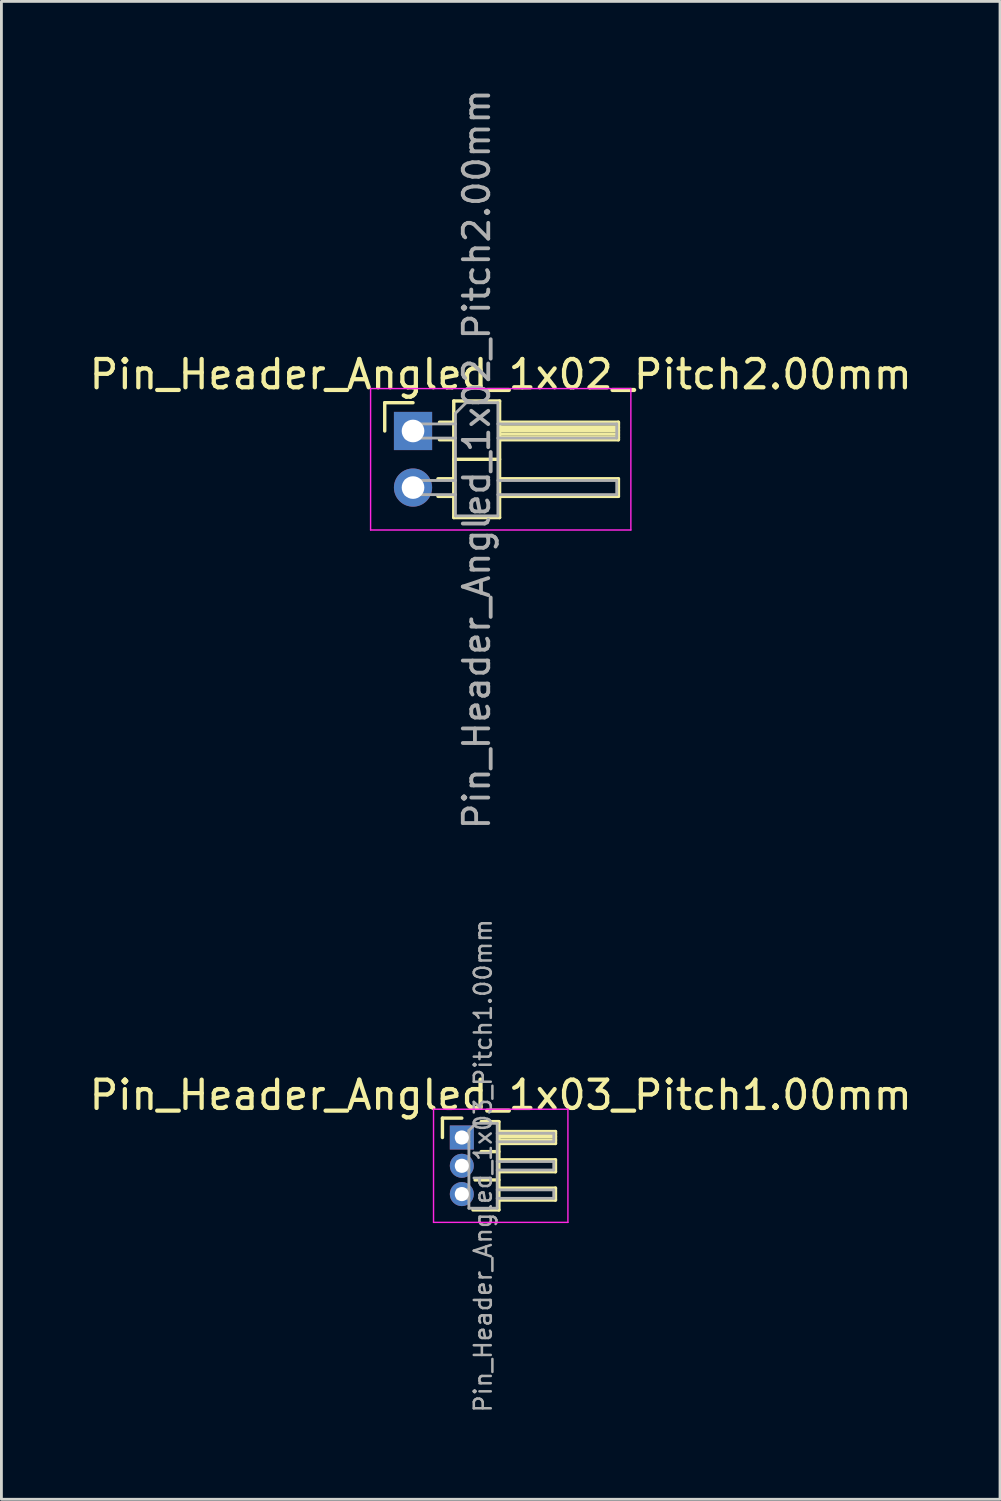
<source format=kicad_pcb>
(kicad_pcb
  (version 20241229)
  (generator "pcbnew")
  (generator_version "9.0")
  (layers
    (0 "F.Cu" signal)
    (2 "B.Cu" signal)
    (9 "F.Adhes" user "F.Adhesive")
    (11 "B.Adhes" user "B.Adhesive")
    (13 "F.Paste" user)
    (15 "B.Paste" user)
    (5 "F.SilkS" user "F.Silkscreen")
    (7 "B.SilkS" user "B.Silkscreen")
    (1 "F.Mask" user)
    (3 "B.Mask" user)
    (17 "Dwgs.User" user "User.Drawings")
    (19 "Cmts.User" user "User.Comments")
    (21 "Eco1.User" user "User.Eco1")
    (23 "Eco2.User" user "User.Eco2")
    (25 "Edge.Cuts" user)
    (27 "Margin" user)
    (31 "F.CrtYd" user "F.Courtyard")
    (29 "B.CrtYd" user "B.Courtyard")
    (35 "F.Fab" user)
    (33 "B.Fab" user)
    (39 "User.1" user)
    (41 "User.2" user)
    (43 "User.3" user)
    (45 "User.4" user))
  (footprint "Pin_Header_Angled_1x02_Pitch2.00mm"
    (layer "F.Cu")
    (at 11.549 12.184)
    (property "Reference" "Pin_Header_Angled_1x02_Pitch2.00mm" (at 3.1 -2 0) (layer "F.SilkS") (effects (font (size 1 1) (thickness 0.15))))
    (attr through_hole)
    (fp_line (start -1 -1) (end 0 -1) (stroke (width 0.12) (type solid)) (layer "F.SilkS"))
    (fp_line (start -1 0) (end -1 -1) (stroke (width 0.12) (type solid)) (layer "F.SilkS"))
    (fp_line (start 0.882 1.69) (end 1.44 1.69) (stroke (width 0.12) (type solid)) (layer "F.SilkS"))
    (fp_line (start 0.882 2.31) (end 1.44 2.31) (stroke (width 0.12) (type solid)) (layer "F.SilkS"))
    (fp_line (start 0.935 -0.31) (end 1.44 -0.31) (stroke (width 0.12) (type solid)) (layer "F.SilkS"))
    (fp_line (start 0.935 0.31) (end 1.44 0.31) (stroke (width 0.12) (type solid)) (layer "F.SilkS"))
    (fp_line (start 1.44 -1.06) (end 1.44 3.06) (stroke (width 0.12) (type solid)) (layer "F.SilkS"))
    (fp_line (start 1.44 1) (end 3.06 1) (stroke (width 0.12) (type solid)) (layer "F.SilkS"))
    (fp_line (start 1.44 3.06) (end 3.06 3.06) (stroke (width 0.12) (type solid)) (layer "F.SilkS"))
    (fp_line (start 3.06 -1.06) (end 1.44 -1.06) (stroke (width 0.12) (type solid)) (layer "F.SilkS"))
    (fp_line (start 3.06 -0.31) (end 7.26 -0.31) (stroke (width 0.12) (type solid)) (layer "F.SilkS"))
    (fp_line (start 3.06 -0.25) (end 7.26 -0.25) (stroke (width 0.12) (type solid)) (layer "F.SilkS"))
    (fp_line (start 3.06 -0.13) (end 7.26 -0.13) (stroke (width 0.12) (type solid)) (layer "F.SilkS"))
    (fp_line (start 3.06 -0.01) (end 7.26 -0.01) (stroke (width 0.12) (type solid)) (layer "F.SilkS"))
    (fp_line (start 3.06 0.11) (end 7.26 0.11) (stroke (width 0.12) (type solid)) (layer "F.SilkS"))
    (fp_line (start 3.06 0.23) (end 7.26 0.23) (stroke (width 0.12) (type solid)) (layer "F.SilkS"))
    (fp_line (start 3.06 1.69) (end 7.26 1.69) (stroke (width 0.12) (type solid)) (layer "F.SilkS"))
    (fp_line (start 3.06 3.06) (end 3.06 -1.06) (stroke (width 0.12) (type solid)) (layer "F.SilkS"))
    (fp_line (start 7.26 -0.31) (end 7.26 0.31) (stroke (width 0.12) (type solid)) (layer "F.SilkS"))
    (fp_line (start 7.26 0.31) (end 3.06 0.31) (stroke (width 0.12) (type solid)) (layer "F.SilkS"))
    (fp_line (start 7.26 1.69) (end 7.26 2.31) (stroke (width 0.12) (type solid)) (layer "F.SilkS"))
    (fp_line (start 7.26 2.31) (end 3.06 2.31) (stroke (width 0.12) (type solid)) (layer "F.SilkS"))
    (fp_line (start -1.5 -1.5) (end -1.5 3.5) (stroke (width 0.05) (type solid)) (layer "F.CrtYd"))
    (fp_line (start -1.5 3.5) (end 7.7 3.5) (stroke (width 0.05) (type solid)) (layer "F.CrtYd"))
    (fp_line (start 7.7 -1.5) (end -1.5 -1.5) (stroke (width 0.05) (type solid)) (layer "F.CrtYd"))
    (fp_line (start 7.7 3.5) (end 7.7 -1.5) (stroke (width 0.05) (type solid)) (layer "F.CrtYd"))
    (fp_line (start -0.25 -0.25) (end -0.25 0.25) (stroke (width 0.1) (type solid)) (layer "F.Fab"))
    (fp_line (start -0.25 -0.25) (end 1.5 -0.25) (stroke (width 0.1) (type solid)) (layer "F.Fab"))
    (fp_line (start -0.25 0.25) (end 1.5 0.25) (stroke (width 0.1) (type solid)) (layer "F.Fab"))
    (fp_line (start -0.25 1.75) (end -0.25 2.25) (stroke (width 0.1) (type solid)) (layer "F.Fab"))
    (fp_line (start -0.25 1.75) (end 1.5 1.75) (stroke (width 0.1) (type solid)) (layer "F.Fab"))
    (fp_line (start -0.25 2.25) (end 1.5 2.25) (stroke (width 0.1) (type solid)) (layer "F.Fab"))
    (fp_line (start 1.5 -0.625) (end 1.875 -1) (stroke (width 0.1) (type solid)) (layer "F.Fab"))
    (fp_line (start 1.5 3) (end 1.5 -0.625) (stroke (width 0.1) (type solid)) (layer "F.Fab"))
    (fp_line (start 1.875 -1) (end 3 -1) (stroke (width 0.1) (type solid)) (layer "F.Fab"))
    (fp_line (start 3 -1) (end 3 3) (stroke (width 0.1) (type solid)) (layer "F.Fab"))
    (fp_line (start 3 -0.25) (end 7.2 -0.25) (stroke (width 0.1) (type solid)) (layer "F.Fab"))
    (fp_line (start 3 0.25) (end 7.2 0.25) (stroke (width 0.1) (type solid)) (layer "F.Fab"))
    (fp_line (start 3 1.75) (end 7.2 1.75) (stroke (width 0.1) (type solid)) (layer "F.Fab"))
    (fp_line (start 3 2.25) (end 7.2 2.25) (stroke (width 0.1) (type solid)) (layer "F.Fab"))
    (fp_line (start 3 3) (end 1.5 3) (stroke (width 0.1) (type solid)) (layer "F.Fab"))
    (fp_line (start 7.2 -0.25) (end 7.2 0.25) (stroke (width 0.1) (type solid)) (layer "F.Fab"))
    (fp_line (start 7.2 1.75) (end 7.2 2.25) (stroke (width 0.1) (type solid)) (layer "F.Fab"))
    (fp_text user "${REFERENCE}" (at 2.25 1 90) (layer "F.Fab") (effects (font (size 0.9 0.9) (thickness 0.135))))
    (pad "1" thru_hole rect (at 0 0) (size 1.35 1.35) (drill 0.8) (layers "*.Cu" "*.Mask"))
    (pad "2" thru_hole oval (at 0 2) (size 1.35 1.35) (drill 0.8) (layers "*.Cu" "*.Mask")))
  (footprint "Pin_Header_Angled_1x03_Pitch1.00mm"
    (layer "F.Cu")
    (at 13.274 37.157)
    (property "Reference" "Pin_Header_Angled_1x03_Pitch1.00mm" (at 1.375 -1.5 0) (layer "F.SilkS") (effects (font (size 1 1) (thickness 0.15))))
    (attr through_hole)
    (fp_line (start -0.685 -0.685) (end 0 -0.685) (stroke (width 0.12) (type solid)) (layer "F.SilkS"))
    (fp_line (start -0.685 0) (end -0.685 -0.685) (stroke (width 0.12) (type solid)) (layer "F.SilkS"))
    (fp_line (start 0.468 1.5) (end 1.31 1.5) (stroke (width 0.12) (type solid)) (layer "F.SilkS"))
    (fp_line (start 0.685 -0.56) (end 1.31 -0.56) (stroke (width 0.12) (type solid)) (layer "F.SilkS"))
    (fp_line (start 0.685 0.5) (end 1.31 0.5) (stroke (width 0.12) (type solid)) (layer "F.SilkS"))
    (fp_line (start 1.31 -0.56) (end 1.31 2.56) (stroke (width 0.12) (type solid)) (layer "F.SilkS"))
    (fp_line (start 1.31 -0.21) (end 3.31 -0.21) (stroke (width 0.12) (type solid)) (layer "F.SilkS"))
    (fp_line (start 1.31 -0.15) (end 3.31 -0.15) (stroke (width 0.12) (type solid)) (layer "F.SilkS"))
    (fp_line (start 1.31 -0.03) (end 3.31 -0.03) (stroke (width 0.12) (type solid)) (layer "F.SilkS"))
    (fp_line (start 1.31 0.09) (end 3.31 0.09) (stroke (width 0.12) (type solid)) (layer "F.SilkS"))
    (fp_line (start 1.31 0.79) (end 3.31 0.79) (stroke (width 0.12) (type solid)) (layer "F.SilkS"))
    (fp_line (start 1.31 1.79) (end 3.31 1.79) (stroke (width 0.12) (type solid)) (layer "F.SilkS"))
    (fp_line (start 1.31 2.56) (end 0.394 2.56) (stroke (width 0.12) (type solid)) (layer "F.SilkS"))
    (fp_line (start 3.31 -0.21) (end 3.31 0.21) (stroke (width 0.12) (type solid)) (layer "F.SilkS"))
    (fp_line (start 3.31 0.21) (end 1.31 0.21) (stroke (width 0.12) (type solid)) (layer "F.SilkS"))
    (fp_line (start 3.31 0.79) (end 3.31 1.21) (stroke (width 0.12) (type solid)) (layer "F.SilkS"))
    (fp_line (start 3.31 1.21) (end 1.31 1.21) (stroke (width 0.12) (type solid)) (layer "F.SilkS"))
    (fp_line (start 3.31 1.79) (end 3.31 2.21) (stroke (width 0.12) (type solid)) (layer "F.SilkS"))
    (fp_line (start 3.31 2.21) (end 1.31 2.21) (stroke (width 0.12) (type solid)) (layer "F.SilkS"))
    (fp_line (start -1 -1) (end -1 3) (stroke (width 0.05) (type solid)) (layer "F.CrtYd"))
    (fp_line (start -1 3) (end 3.75 3) (stroke (width 0.05) (type solid)) (layer "F.CrtYd"))
    (fp_line (start 3.75 -1) (end -1 -1) (stroke (width 0.05) (type solid)) (layer "F.CrtYd"))
    (fp_line (start 3.75 3) (end 3.75 -1) (stroke (width 0.05) (type solid)) (layer "F.CrtYd"))
    (fp_line (start -0.15 -0.15) (end -0.15 0.15) (stroke (width 0.1) (type solid)) (layer "F.Fab"))
    (fp_line (start -0.15 -0.15) (end 0.25 -0.15) (stroke (width 0.1) (type solid)) (layer "F.Fab"))
    (fp_line (start -0.15 0.15) (end 0.25 0.15) (stroke (width 0.1) (type solid)) (layer "F.Fab"))
    (fp_line (start -0.15 0.85) (end -0.15 1.15) (stroke (width 0.1) (type solid)) (layer "F.Fab"))
    (fp_line (start -0.15 0.85) (end 0.25 0.85) (stroke (width 0.1) (type solid)) (layer "F.Fab"))
    (fp_line (start -0.15 1.15) (end 0.25 1.15) (stroke (width 0.1) (type solid)) (layer "F.Fab"))
    (fp_line (start -0.15 1.85) (end -0.15 2.15) (stroke (width 0.1) (type solid)) (layer "F.Fab"))
    (fp_line (start -0.15 1.85) (end 0.25 1.85) (stroke (width 0.1) (type solid)) (layer "F.Fab"))
    (fp_line (start -0.15 2.15) (end 0.25 2.15) (stroke (width 0.1) (type solid)) (layer "F.Fab"))
    (fp_line (start 0.25 -0.25) (end 0.5 -0.5) (stroke (width 0.1) (type solid)) (layer "F.Fab"))
    (fp_line (start 0.25 2.5) (end 0.25 -0.25) (stroke (width 0.1) (type solid)) (layer "F.Fab"))
    (fp_line (start 0.5 -0.5) (end 1.25 -0.5) (stroke (width 0.1) (type solid)) (layer "F.Fab"))
    (fp_line (start 1.25 -0.5) (end 1.25 2.5) (stroke (width 0.1) (type solid)) (layer "F.Fab"))
    (fp_line (start 1.25 -0.15) (end 3.25 -0.15) (stroke (width 0.1) (type solid)) (layer "F.Fab"))
    (fp_line (start 1.25 0.15) (end 3.25 0.15) (stroke (width 0.1) (type solid)) (layer "F.Fab"))
    (fp_line (start 1.25 0.85) (end 3.25 0.85) (stroke (width 0.1) (type solid)) (layer "F.Fab"))
    (fp_line (start 1.25 1.15) (end 3.25 1.15) (stroke (width 0.1) (type solid)) (layer "F.Fab"))
    (fp_line (start 1.25 1.85) (end 3.25 1.85) (stroke (width 0.1) (type solid)) (layer "F.Fab"))
    (fp_line (start 1.25 2.15) (end 3.25 2.15) (stroke (width 0.1) (type solid)) (layer "F.Fab"))
    (fp_line (start 1.25 2.5) (end 0.25 2.5) (stroke (width 0.1) (type solid)) (layer "F.Fab"))
    (fp_line (start 3.25 -0.15) (end 3.25 0.15) (stroke (width 0.1) (type solid)) (layer "F.Fab"))
    (fp_line (start 3.25 0.85) (end 3.25 1.15) (stroke (width 0.1) (type solid)) (layer "F.Fab"))
    (fp_line (start 3.25 1.85) (end 3.25 2.15) (stroke (width 0.1) (type solid)) (layer "F.Fab"))
    (fp_text user "${REFERENCE}" (at 0.75 1 90) (layer "F.Fab") (effects (font (size 0.6 0.6) (thickness 0.09))))
    (pad "1" thru_hole rect (at 0 0) (size 0.85 0.85) (drill 0.5) (layers "*.Cu" "*.Mask"))
    (pad "2" thru_hole oval (at 0 1) (size 0.85 0.85) (drill 0.5) (layers "*.Cu" "*.Mask"))
    (pad "3" thru_hole oval (at 0 2) (size 0.85 0.85) (drill 0.5) (layers "*.Cu" "*.Mask")))
  (gr_rect
    (start -3 -3)
    (end 32.298 49.946)
    (stroke (width 0.1) (type default))
    (fill no)
    (layer "Edge.Cuts")))
</source>
